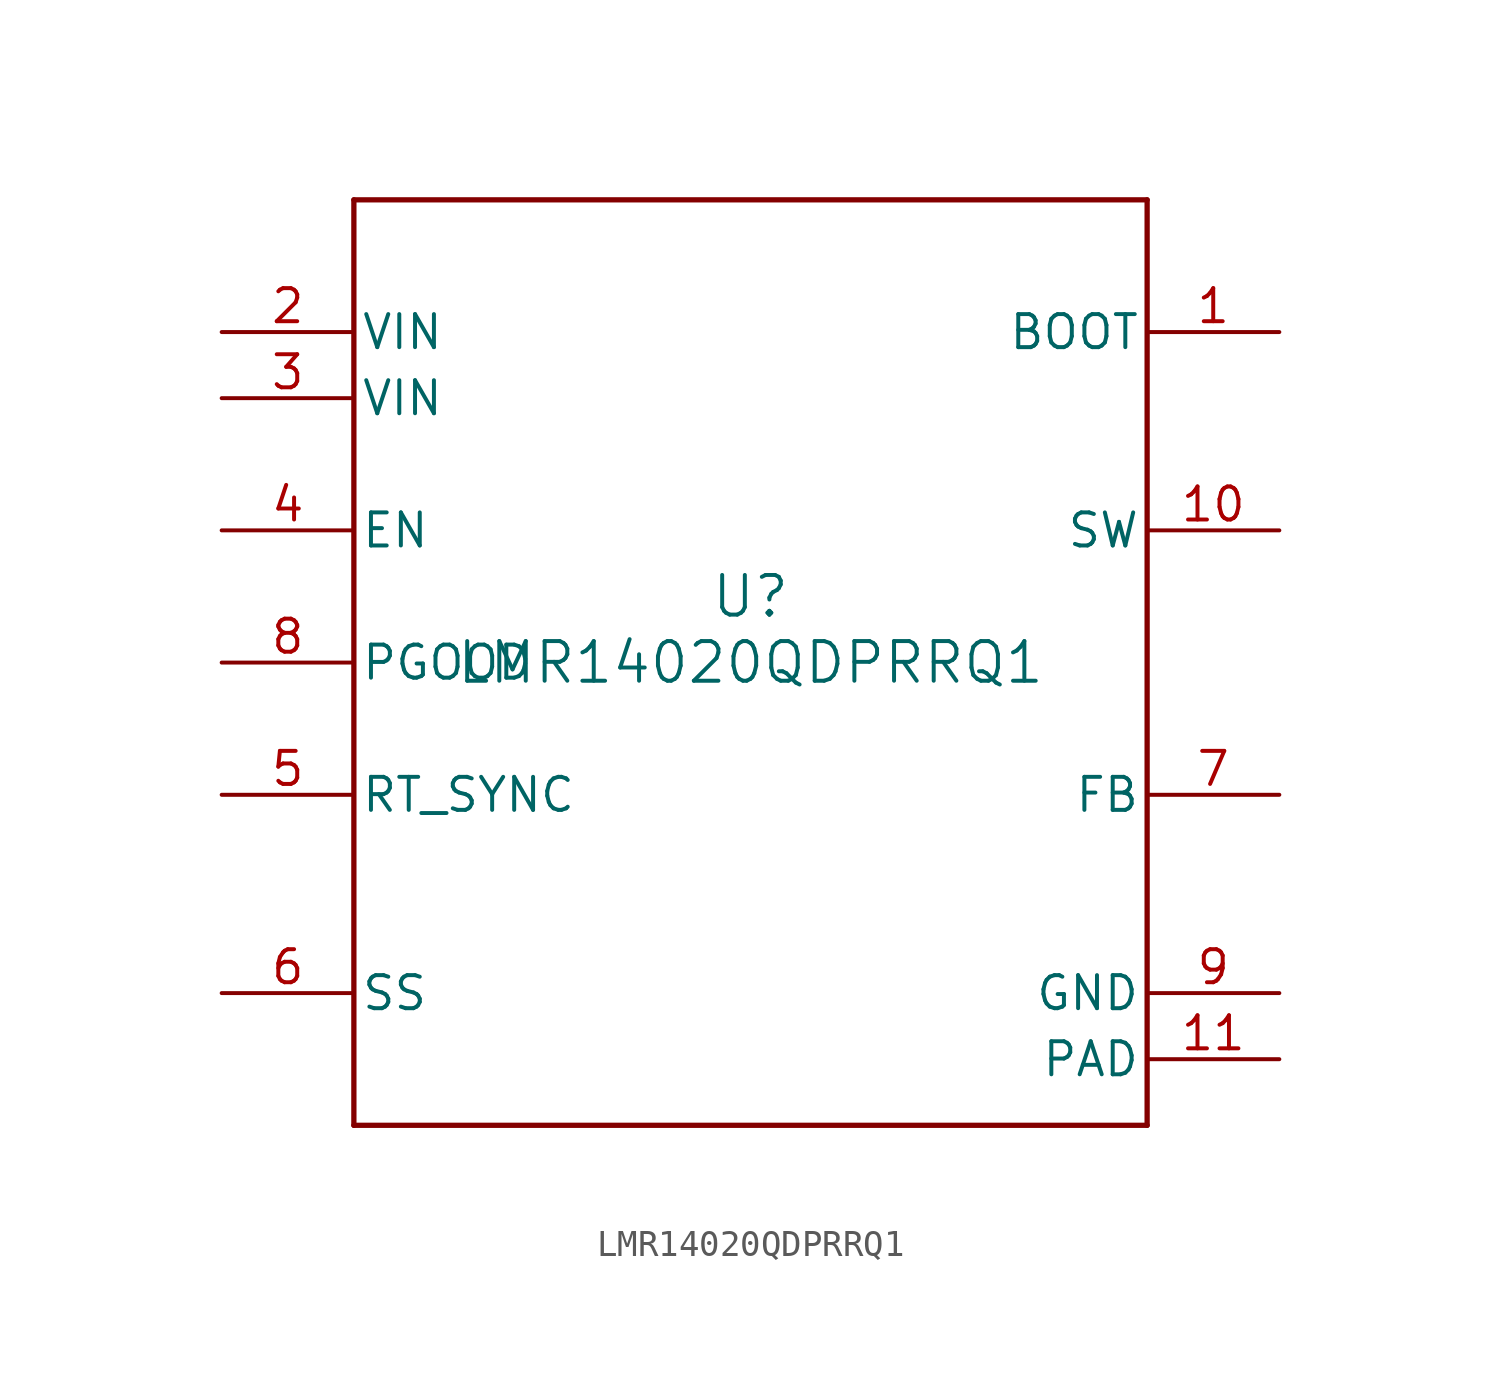
<source format=kicad_sym>
(kicad_symbol_lib
  (version 20211014)
  (generator kicad_symbol_editor)
  (symbol "LMR14020QDPRRQ1"
    (pin_names
      (offset 0.254))
    (property "Reference" "U"
      (at 0 2.54 0)
      (effects (font (size 1.524 1.524))))
    (property "Value" "LMR14020QDPRRQ1"
      (at 0 0 0)
      (effects (font (size 1.524 1.524))))
    (symbol "LMR14020QDPRRQ1_0_1"
      (polyline (pts (xy -15.24 -17.78) (xy 15.24 -17.78)) (stroke (width 0.203) (type default) (color 0 0 0 0)) (fill (type none)))
      (polyline (pts (xy 15.24 -17.78) (xy 15.24 17.78)) (stroke (width 0.203) (type default) (color 0 0 0 0)) (fill (type none)))
      (polyline (pts (xy 15.24 17.78) (xy -15.24 17.78)) (stroke (width 0.203) (type default) (color 0 0 0 0)) (fill (type none)))
      (polyline (pts (xy -15.24 17.78) (xy -15.24 -17.78)) (stroke (width 0.203) (type default) (color 0 0 0 0)) (fill (type none)))
      (pin power_in line (at 20.32 12.7 180) (length 5.08) (name "BOOT" (effects (font (size 1.27 1.27)))) (number "1" (effects (font (size 1.27 1.27)))))
      (pin power_in line (at -20.32 12.7 0) (length 5.08) (name "VIN" (effects (font (size 1.27 1.27)))) (number "2" (effects (font (size 1.27 1.27)))))
      (pin power_in line (at -20.32 10.16 0) (length 5.08) (name "VIN" (effects (font (size 1.27 1.27)))) (number "3" (effects (font (size 1.27 1.27)))))
      (pin input line (at -20.32 5.08 0) (length 5.08) (name "EN" (effects (font (size 1.27 1.27)))) (number "4" (effects (font (size 1.27 1.27)))))
      (pin input line (at -20.32 -5.08 0) (length 5.08) (name "RT_SYNC" (effects (font (size 1.27 1.27)))) (number "5" (effects (font (size 1.27 1.27)))))
      (pin input line (at -20.32 -12.7 0) (length 5.08) (name "SS" (effects (font (size 1.27 1.27)))) (number "6" (effects (font (size 1.27 1.27)))))
      (pin input line (at 20.32 -5.08 180) (length 5.08) (name "FB" (effects (font (size 1.27 1.27)))) (number "7" (effects (font (size 1.27 1.27)))))
      (pin open_collector line (at -20.32 0 0) (length 5.08) (name "PGOOD" (effects (font (size 1.27 1.27)))) (number "8" (effects (font (size 1.27 1.27)))))
      (pin power_in line (at 20.32 -12.7 180) (length 5.08) (name "GND" (effects (font (size 1.27 1.27)))) (number "9" (effects (font (size 1.27 1.27)))))
      (pin power_in line (at 20.32 5.08 180) (length 5.08) (name "SW" (effects (font (size 1.27 1.27)))) (number "10" (effects (font (size 1.27 1.27)))))
      (pin power_in line (at 20.32 -15.24 180) (length 5.08) (name "PAD" (effects (font (size 1.27 1.27)))) (number "11" (effects (font (size 1.27 1.27))))))))
</source>
